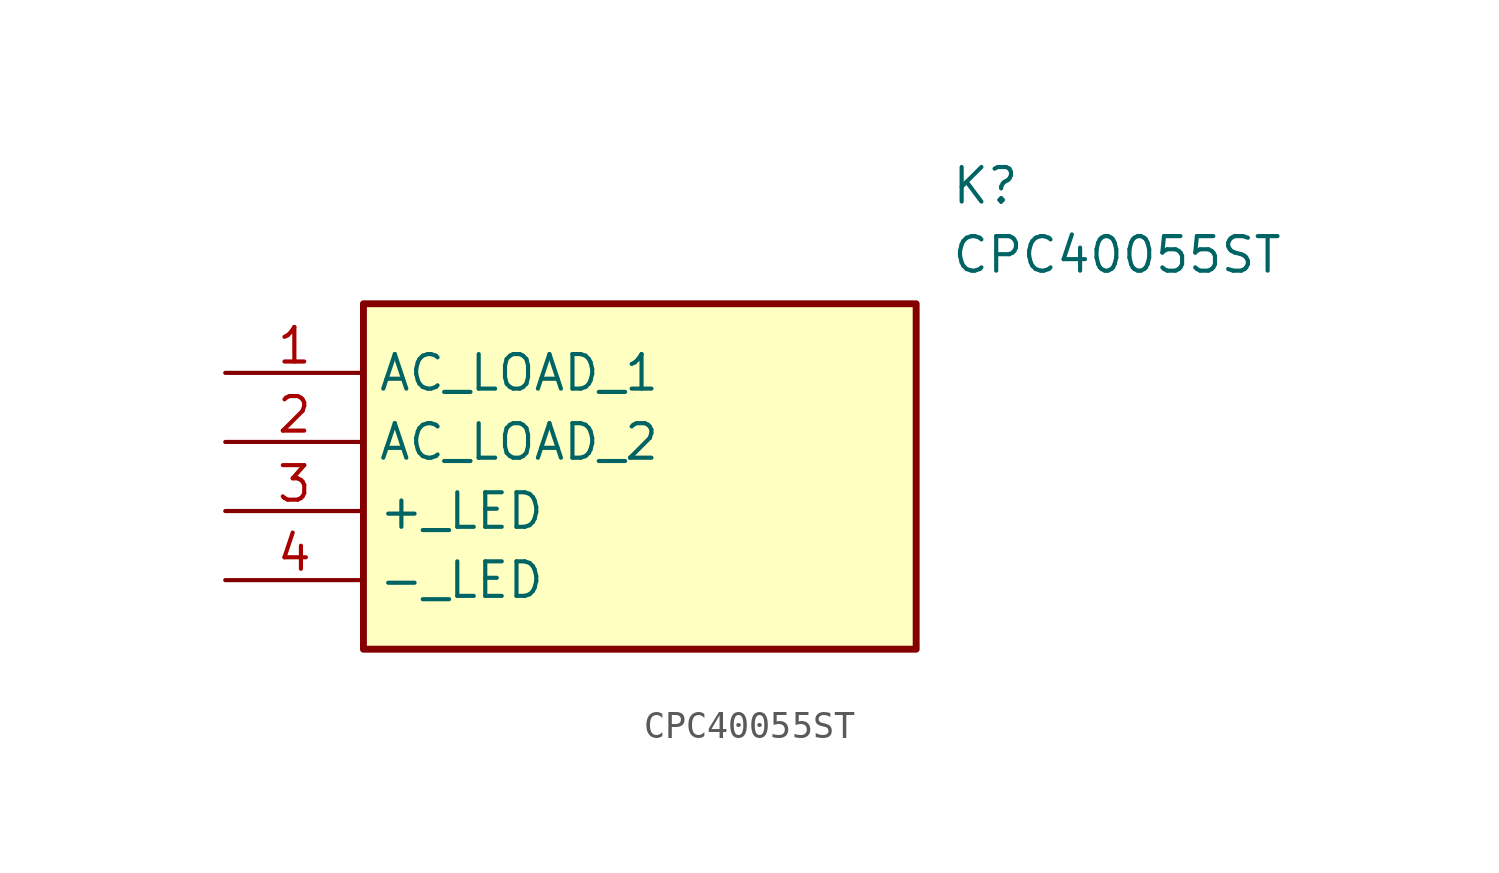
<source format=kicad_sym>
(kicad_symbol_lib
  (version 20211014)
  (generator SamacSys_ECAD_Model)
  (symbol "CPC40055ST"
    (property "Reference" "K"
      (at 26.67 7.62 0)
      (effects (font (size 1.27 1.27)) (justify left top)))
    (property "Value" "CPC40055ST"
      (at 26.67 5.08 0)
      (effects (font (size 1.27 1.27)) (justify left top)))
    (rectangle
      (start 5.08 2.54)
      (end 25.4 -10.16)
      (stroke (width 0.254) (type default))
      (fill (type background)))
    (pin passive line
      (at 0 0 0)
      (length 5.08)
      (name "AC_LOAD_1" (effects (font (size 1.27 1.27))))
      (number "1" (effects (font (size 1.27 1.27)))))
    (pin passive line
      (at 0 -2.54 0)
      (length 5.08)
      (name "AC_LOAD_2" (effects (font (size 1.27 1.27))))
      (number "2" (effects (font (size 1.27 1.27)))))
    (pin passive line
      (at 0 -5.08 0)
      (length 5.08)
      (name "+_LED" (effects (font (size 1.27 1.27))))
      (number "3" (effects (font (size 1.27 1.27)))))
    (pin passive line
      (at 0 -7.62 0)
      (length 5.08)
      (name "-_LED" (effects (font (size 1.27 1.27))))
      (number "4" (effects (font (size 1.27 1.27)))))))
</source>
